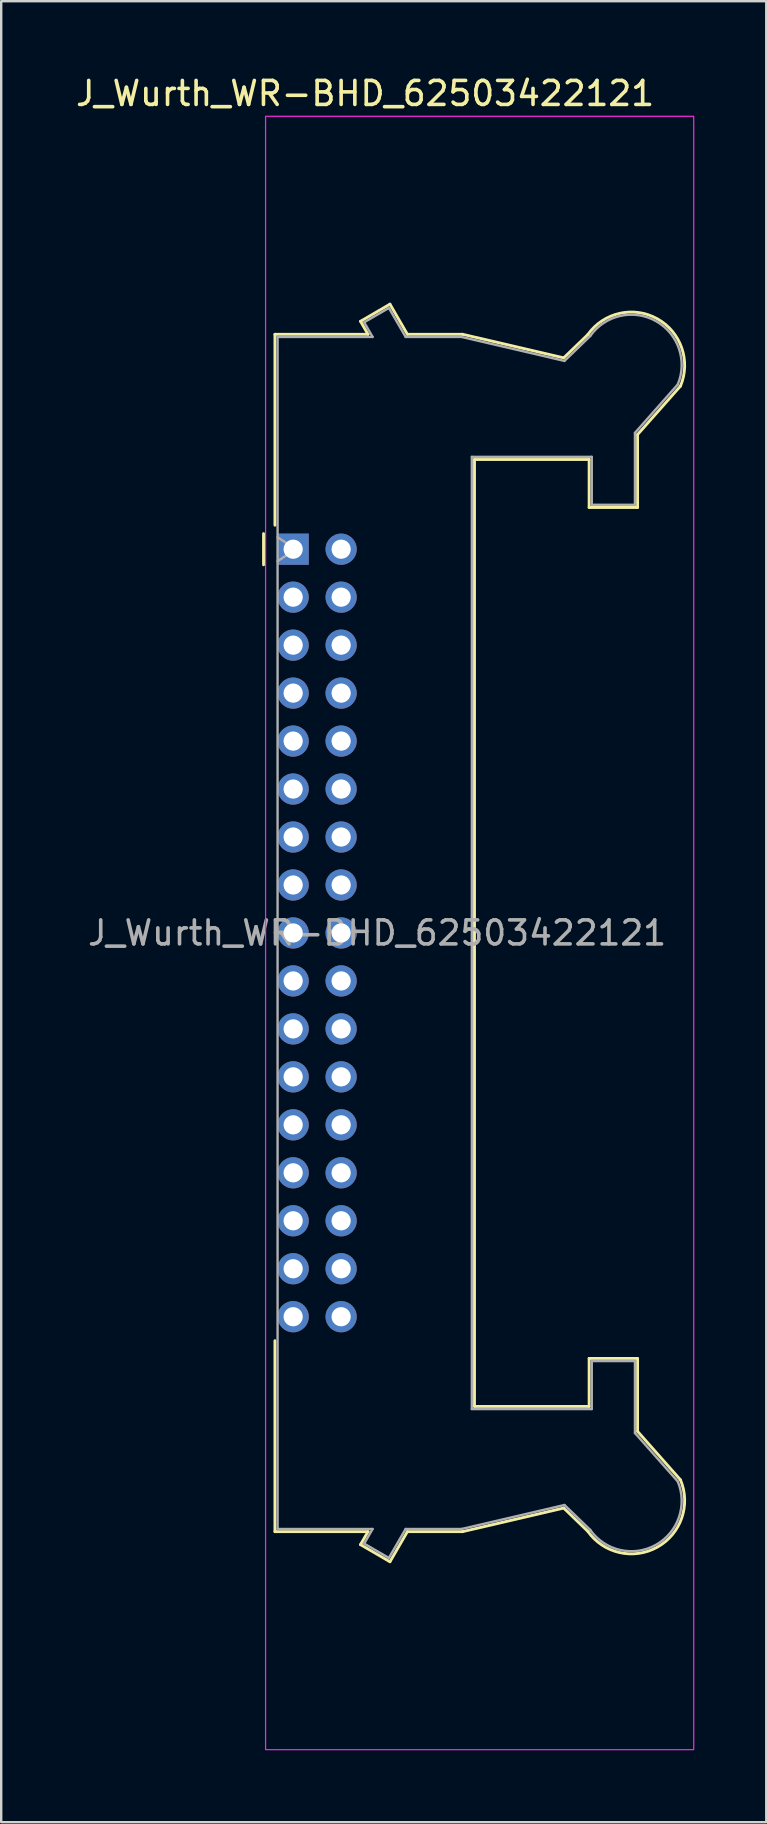
<source format=kicad_pcb>
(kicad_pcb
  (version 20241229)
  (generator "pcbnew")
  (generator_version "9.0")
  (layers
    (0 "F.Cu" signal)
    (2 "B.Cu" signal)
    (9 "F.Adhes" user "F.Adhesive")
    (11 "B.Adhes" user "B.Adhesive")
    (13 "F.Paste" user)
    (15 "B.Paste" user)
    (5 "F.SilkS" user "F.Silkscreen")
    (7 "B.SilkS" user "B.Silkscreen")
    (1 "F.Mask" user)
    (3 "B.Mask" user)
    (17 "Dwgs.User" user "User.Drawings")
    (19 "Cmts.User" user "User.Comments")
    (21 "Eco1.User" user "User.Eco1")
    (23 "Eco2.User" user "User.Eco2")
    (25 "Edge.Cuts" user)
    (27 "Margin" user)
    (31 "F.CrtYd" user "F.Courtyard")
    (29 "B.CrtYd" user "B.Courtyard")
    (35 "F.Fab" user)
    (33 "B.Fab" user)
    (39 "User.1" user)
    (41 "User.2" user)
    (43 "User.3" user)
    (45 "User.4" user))
  (footprint "J_Wurth_WR-BHD_62503422121"
    (layer "F.Cu")
    (at 9.173 19.848)
    (property "Reference" "J_Wurth_WR-BHD_62503422121" (at 3 -19 0) (unlocked yes) (layer "F.SilkS") (effects (font (size 1 1) (thickness 0.15))))
    (attr through_hole)
    (fp_line (start -1.235 -0.65) (end -1.235 0.65) (stroke (width 0.12) (type solid)) (layer "F.SilkS"))
    (fp_line (start -0.76 -8.96) (end 3.12 -8.96) (stroke (width 0.12) (type solid)) (layer "F.SilkS"))
    (fp_line (start -0.76 -1) (end -0.76 -8.96) (stroke (width 0.12) (type solid)) (layer "F.SilkS"))
    (fp_line (start -0.76 40.96) (end -0.76 33) (stroke (width 0.12) (type solid)) (layer "F.SilkS"))
    (fp_line (start -0.76 40.96) (end 3.12 40.96) (stroke (width 0.12) (type solid)) (layer "F.SilkS"))
    (fp_line (start 2.808 -9.502) (end 4.035 -10.216) (stroke (width 0.12) (type solid)) (layer "F.SilkS"))
    (fp_line (start 2.808 41.502) (end 4.035 42.216) (stroke (width 0.12) (type solid)) (layer "F.SilkS"))
    (fp_line (start 3.12 -8.96) (end 2.808 -9.502) (stroke (width 0.12) (type solid)) (layer "F.SilkS"))
    (fp_line (start 3.12 40.96) (end 2.808 41.502) (stroke (width 0.12) (type solid)) (layer "F.SilkS"))
    (fp_line (start 4.035 -10.216) (end 4.762 -8.96) (stroke (width 0.12) (type solid)) (layer "F.SilkS"))
    (fp_line (start 4.035 42.216) (end 4.762 40.96) (stroke (width 0.12) (type solid)) (layer "F.SilkS"))
    (fp_line (start 4.762 -8.96) (end 7.062 -8.96) (stroke (width 0.12) (type solid)) (layer "F.SilkS"))
    (fp_line (start 4.762 40.96) (end 7.062 40.96) (stroke (width 0.12) (type solid)) (layer "F.SilkS"))
    (fp_line (start 7.062 -8.96) (end 11.279 -7.977) (stroke (width 0.12) (type solid)) (layer "F.SilkS"))
    (fp_line (start 7.062 40.96) (end 11.279 39.977) (stroke (width 0.12) (type solid)) (layer "F.SilkS"))
    (fp_line (start 7.56 35.74) (end 7.56 -3.74) (stroke (width 0.12) (type solid)) (layer "F.SilkS"))
    (fp_line (start 11.279 -7.977) (end 12.285 -8.947) (stroke (width 0.12) (type solid)) (layer "F.SilkS"))
    (fp_line (start 11.279 39.977) (end 12.285 40.947) (stroke (width 0.12) (type solid)) (layer "F.SilkS"))
    (fp_line (start 12.34 -3.74) (end 7.56 -3.74) (stroke (width 0.12) (type solid)) (layer "F.SilkS"))
    (fp_line (start 12.34 -1.74) (end 12.34 -3.74) (stroke (width 0.12) (type solid)) (layer "F.SilkS"))
    (fp_line (start 12.34 33.74) (end 12.34 35.74) (stroke (width 0.12) (type solid)) (layer "F.SilkS"))
    (fp_line (start 12.34 35.74) (end 7.56 35.74) (stroke (width 0.12) (type solid)) (layer "F.SilkS"))
    (fp_line (start 14.36 -4.782) (end 14.36 -1.74) (stroke (width 0.12) (type solid)) (layer "F.SilkS"))
    (fp_line (start 14.36 -1.74) (end 12.34 -1.74) (stroke (width 0.12) (type solid)) (layer "F.SilkS"))
    (fp_line (start 14.36 33.74) (end 12.34 33.74) (stroke (width 0.12) (type solid)) (layer "F.SilkS"))
    (fp_line (start 14.36 36.782) (end 14.36 33.74) (stroke (width 0.12) (type solid)) (layer "F.SilkS"))
    (fp_line (start 16.148 -6.803) (end 14.362 -4.785) (stroke (width 0.12) (type solid)) (layer "F.SilkS"))
    (fp_line (start 16.148 38.803) (end 14.362 36.785) (stroke (width 0.12) (type solid)) (layer "F.SilkS"))
    (fp_arc (start 12.284536 -8.946538) (mid 15.178015 -9.608271) (end 16.148123 -6.803098) (stroke (width 0.12) (type solid)) (layer "F.SilkS"))
    (fp_arc (start 16.148123 38.803098) (mid 15.178016 41.608273) (end 12.284536 40.946538) (stroke (width 0.12) (type solid)) (layer "F.SilkS"))
    (fp_rect (start -1.15 -18.05) (end 16.7 50.05) (stroke (width 0.05) (type solid)) (fill no) (layer "F.CrtYd"))
    (fp_line (start -0.65 -8.85) (end 3.311 -8.85) (stroke (width 0.1) (type solid)) (layer "F.Fab"))
    (fp_line (start -0.65 40.85) (end -0.65 -8.85) (stroke (width 0.1) (type solid)) (layer "F.Fab"))
    (fp_line (start -0.65 40.85) (end 3.311 40.85) (stroke (width 0.1) (type solid)) (layer "F.Fab"))
    (fp_line (start 0.1 0) (end -0.65 -0.5) (stroke (width 0.1) (type solid)) (layer "F.Fab"))
    (fp_line (start 0.1 0) (end -0.65 0.5) (stroke (width 0.1) (type solid)) (layer "F.Fab"))
    (fp_line (start 2.96 -9.46) (end 3.99 -10.06) (stroke (width 0.1) (type solid)) (layer "F.Fab"))
    (fp_line (start 2.96 41.46) (end 3.99 42.06) (stroke (width 0.1) (type solid)) (layer "F.Fab"))
    (fp_line (start 3.311 -8.85) (end 2.96 -9.46) (stroke (width 0.1) (type solid)) (layer "F.Fab"))
    (fp_line (start 3.311 40.85) (end 2.96 41.46) (stroke (width 0.1) (type solid)) (layer "F.Fab"))
    (fp_line (start 3.99 -10.06) (end 4.69 -8.85) (stroke (width 0.1) (type solid)) (layer "F.Fab"))
    (fp_line (start 3.99 42.06) (end 4.69 40.85) (stroke (width 0.1) (type solid)) (layer "F.Fab"))
    (fp_line (start 4.69 -8.85) (end 7.02 -8.85) (stroke (width 0.1) (type solid)) (layer "F.Fab"))
    (fp_line (start 4.69 40.85) (end 7.02 40.85) (stroke (width 0.1) (type solid)) (layer "F.Fab"))
    (fp_line (start 7.02 -8.85) (end 11.31 -7.85) (stroke (width 0.1) (type solid)) (layer "F.Fab"))
    (fp_line (start 7.02 40.85) (end 11.31 39.85) (stroke (width 0.1) (type solid)) (layer "F.Fab"))
    (fp_line (start 7.45 35.85) (end 7.45 -3.85) (stroke (width 0.1) (type solid)) (layer "F.Fab"))
    (fp_line (start 11.31 -7.85) (end 12.386 -8.89) (stroke (width 0.1) (type solid)) (layer "F.Fab"))
    (fp_line (start 11.31 39.85) (end 12.387 40.89) (stroke (width 0.1) (type solid)) (layer "F.Fab"))
    (fp_line (start 12.45 -3.85) (end 7.45 -3.85) (stroke (width 0.1) (type solid)) (layer "F.Fab"))
    (fp_line (start 12.45 -1.85) (end 12.45 -3.85) (stroke (width 0.1) (type solid)) (layer "F.Fab"))
    (fp_line (start 12.45 33.85) (end 12.45 35.85) (stroke (width 0.1) (type solid)) (layer "F.Fab"))
    (fp_line (start 12.45 35.85) (end 7.45 35.85) (stroke (width 0.1) (type solid)) (layer "F.Fab"))
    (fp_line (start 14.25 -4.85) (end 14.25 -1.85) (stroke (width 0.1) (type solid)) (layer "F.Fab"))
    (fp_line (start 14.25 -1.85) (end 12.45 -1.85) (stroke (width 0.1) (type solid)) (layer "F.Fab"))
    (fp_line (start 14.25 33.85) (end 12.45 33.85) (stroke (width 0.1) (type solid)) (layer "F.Fab"))
    (fp_line (start 14.25 36.85) (end 14.25 33.85) (stroke (width 0.1) (type solid)) (layer "F.Fab"))
    (fp_line (start 16.034 38.866) (end 14.25 36.85) (stroke (width 0.1) (type solid)) (layer "F.Fab"))
    (fp_line (start 16.034 -6.866) (end 14.25 -4.85) (stroke (width 0.1) (type solid)) (layer "F.Fab"))
    (fp_arc (start 12.385693 -8.89) (mid 15.117944 -9.514867) (end 16.033999 -6.866) (stroke (width 0.1) (type solid)) (layer "F.Fab"))
    (fp_arc (start 16.033999 38.866) (mid 15.117944 41.514867) (end 12.385693 40.89) (stroke (width 0.1) (type solid)) (layer "F.Fab"))
    (fp_text user "${REFERENCE}" (at 3.5 16 0) (unlocked yes) (layer "F.Fab") (effects (font (size 1 1) (thickness 0.15))))
    (pad "1" thru_hole rect (at 0 0 270) (size 1.3 1.3) (drill 0.8) (layers "*.Cu" "*.Mask"))
    (pad "2" thru_hole circle (at 2 0 270) (size 1.3 1.3) (drill 0.8) (layers "*.Cu" "*.Mask"))
    (pad "3" thru_hole circle (at 0 2 270) (size 1.3 1.3) (drill 0.8) (layers "*.Cu" "*.Mask"))
    (pad "4" thru_hole circle (at 2 2 270) (size 1.3 1.3) (drill 0.8) (layers "*.Cu" "*.Mask"))
    (pad "5" thru_hole circle (at 0 4 270) (size 1.3 1.3) (drill 0.8) (layers "*.Cu" "*.Mask"))
    (pad "6" thru_hole circle (at 2 4 270) (size 1.3 1.3) (drill 0.8) (layers "*.Cu" "*.Mask"))
    (pad "7" thru_hole circle (at 0 6 270) (size 1.3 1.3) (drill 0.8) (layers "*.Cu" "*.Mask"))
    (pad "8" thru_hole circle (at 2 6 270) (size 1.3 1.3) (drill 0.8) (layers "*.Cu" "*.Mask"))
    (pad "9" thru_hole circle (at 0 8 270) (size 1.3 1.3) (drill 0.8) (layers "*.Cu" "*.Mask"))
    (pad "10" thru_hole circle (at 2 8 270) (size 1.3 1.3) (drill 0.8) (layers "*.Cu" "*.Mask"))
    (pad "11" thru_hole circle (at 0 10 270) (size 1.3 1.3) (drill 0.8) (layers "*.Cu" "*.Mask"))
    (pad "12" thru_hole circle (at 2 10 270) (size 1.3 1.3) (drill 0.8) (layers "*.Cu" "*.Mask"))
    (pad "13" thru_hole circle (at 0 12 270) (size 1.3 1.3) (drill 0.8) (layers "*.Cu" "*.Mask"))
    (pad "14" thru_hole circle (at 2 12 270) (size 1.3 1.3) (drill 0.8) (layers "*.Cu" "*.Mask"))
    (pad "15" thru_hole circle (at 0 14 270) (size 1.3 1.3) (drill 0.8) (layers "*.Cu" "*.Mask"))
    (pad "16" thru_hole circle (at 2 14 270) (size 1.3 1.3) (drill 0.8) (layers "*.Cu" "*.Mask"))
    (pad "17" thru_hole circle (at 0 16 270) (size 1.3 1.3) (drill 0.8) (layers "*.Cu" "*.Mask"))
    (pad "18" thru_hole circle (at 2 16 270) (size 1.3 1.3) (drill 0.8) (layers "*.Cu" "*.Mask"))
    (pad "19" thru_hole circle (at 0 18 270) (size 1.3 1.3) (drill 0.8) (layers "*.Cu" "*.Mask"))
    (pad "20" thru_hole circle (at 2 18 270) (size 1.3 1.3) (drill 0.8) (layers "*.Cu" "*.Mask"))
    (pad "21" thru_hole circle (at 0 20 270) (size 1.3 1.3) (drill 0.8) (layers "*.Cu" "*.Mask"))
    (pad "22" thru_hole circle (at 2 20 270) (size 1.3 1.3) (drill 0.8) (layers "*.Cu" "*.Mask"))
    (pad "23" thru_hole circle (at 0 22 270) (size 1.3 1.3) (drill 0.8) (layers "*.Cu" "*.Mask"))
    (pad "24" thru_hole circle (at 2 22 270) (size 1.3 1.3) (drill 0.8) (layers "*.Cu" "*.Mask"))
    (pad "25" thru_hole circle (at 0 24 270) (size 1.3 1.3) (drill 0.8) (layers "*.Cu" "*.Mask"))
    (pad "26" thru_hole circle (at 2 24 270) (size 1.3 1.3) (drill 0.8) (layers "*.Cu" "*.Mask"))
    (pad "27" thru_hole circle (at 0 26 270) (size 1.3 1.3) (drill 0.8) (layers "*.Cu" "*.Mask"))
    (pad "28" thru_hole circle (at 2 26 270) (size 1.3 1.3) (drill 0.8) (layers "*.Cu" "*.Mask"))
    (pad "29" thru_hole circle (at 0 28 270) (size 1.3 1.3) (drill 0.8) (layers "*.Cu" "*.Mask"))
    (pad "30" thru_hole circle (at 2 28 270) (size 1.3 1.3) (drill 0.8) (layers "*.Cu" "*.Mask"))
    (pad "31" thru_hole circle (at 0 30 270) (size 1.3 1.3) (drill 0.8) (layers "*.Cu" "*.Mask"))
    (pad "32" thru_hole circle (at 2 30 270) (size 1.3 1.3) (drill 0.8) (layers "*.Cu" "*.Mask"))
    (pad "33" thru_hole circle (at 0 32 270) (size 1.3 1.3) (drill 0.8) (layers "*.Cu" "*.Mask"))
    (pad "34" thru_hole circle (at 2 32 270) (size 1.3 1.3) (drill 0.8) (layers "*.Cu" "*.Mask")))
  (gr_rect
    (start -3 -3)
    (end 28.898 72.923)
    (stroke (width 0.1) (type default))
    (fill no)
    (layer "Edge.Cuts")))
</source>
